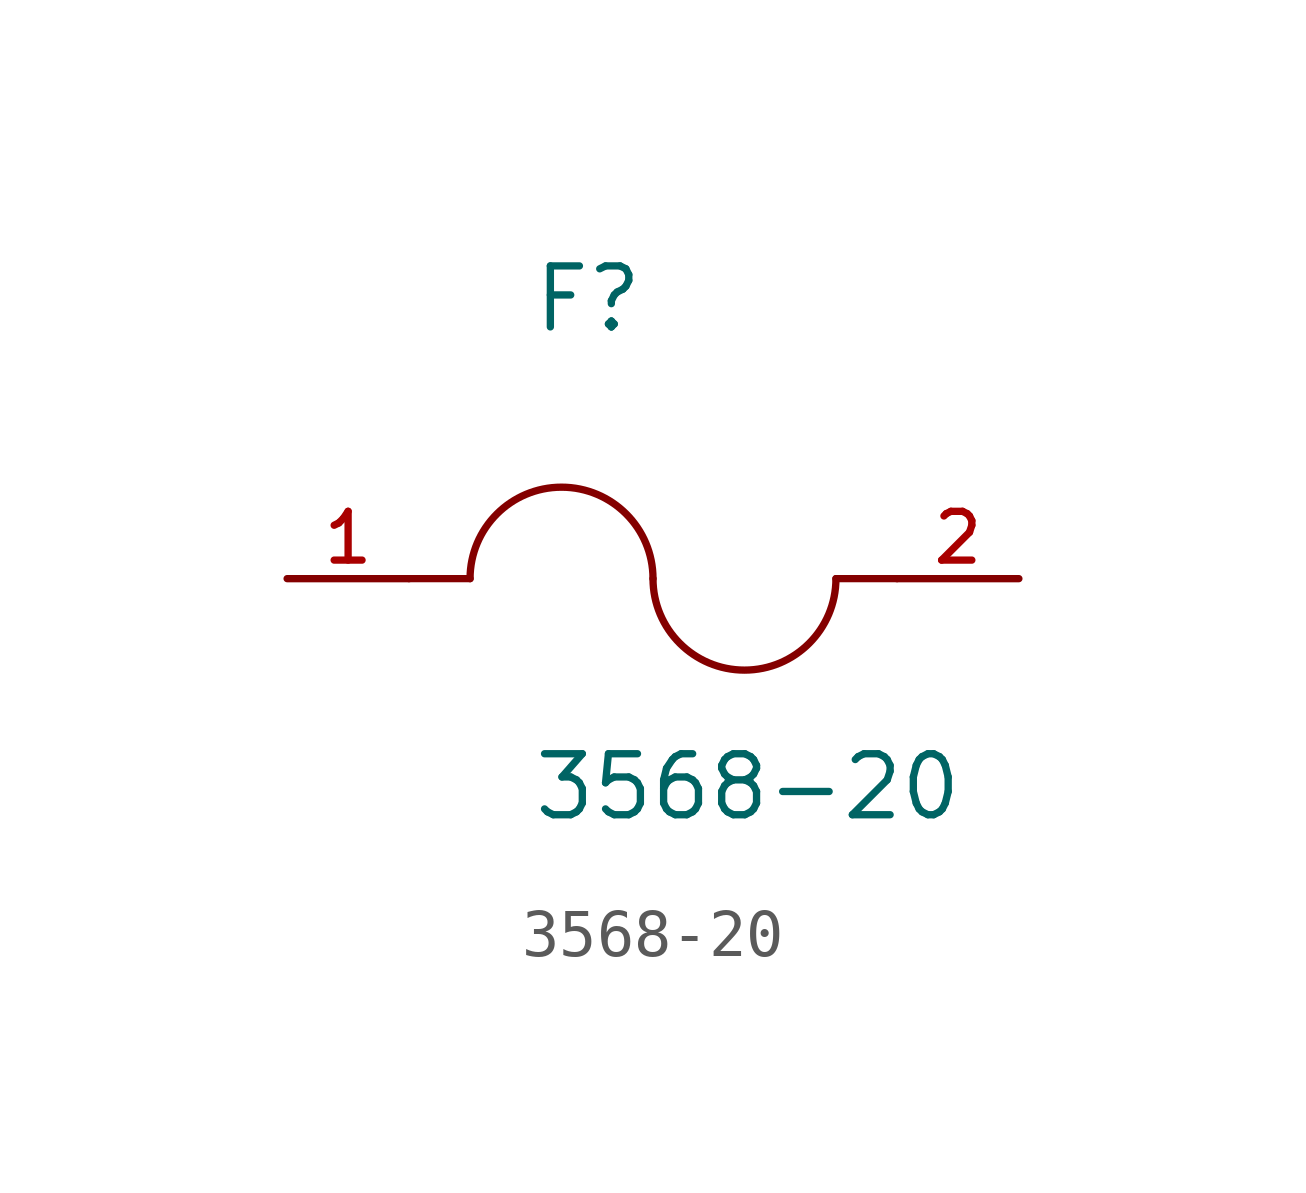
<source format=kicad_sym>
(kicad_symbol_lib
  (version 20211014)
  (generator kicad_symbol_editor)
  (symbol "3568-20"
    (pin_names
      (offset 1.016))
    (property "Reference" "F"
      (at -2.54 5.08 0)
      (effects (font (size 1.27 1.27)) (justify bottom left)))
    (property "Value" "3568-20"
      (at -2.54 -5.08 0)
      (effects (font (size 1.27 1.27)) (justify bottom left)))
    (symbol "3568-20_0_0"
      (arc (start 0.0 0.0) (mid -1.905 1.905) (end -3.81 0.0) (stroke (width 0.1524) (type default) (color 0 0 0 0)) (fill (type none)))
      (arc (start 3.81 0.0) (mid 1.905 -1.905) (end 0.0 0.0) (stroke (width 0.1524) (type default) (color 0 0 0 0)) (fill (type none)))
      (polyline (pts (xy 5.08 0.0) (xy 3.81 0.0)) (stroke (width 0.152)))
      (polyline (pts (xy -5.08 0.0) (xy -3.81 0.0)) (stroke (width 0.152)))
      (pin passive line (at 7.62 0.0 180.0) (length 2.54) (name "~" (effects (font (size 1.016 1.016)))) (number "2" (effects (font (size 1.016 1.016)))))
      (pin passive line (at -7.62 0.0 0) (length 2.54) (name "~" (effects (font (size 1.016 1.016)))) (number "1" (effects (font (size 1.016 1.016))))))))
</source>
